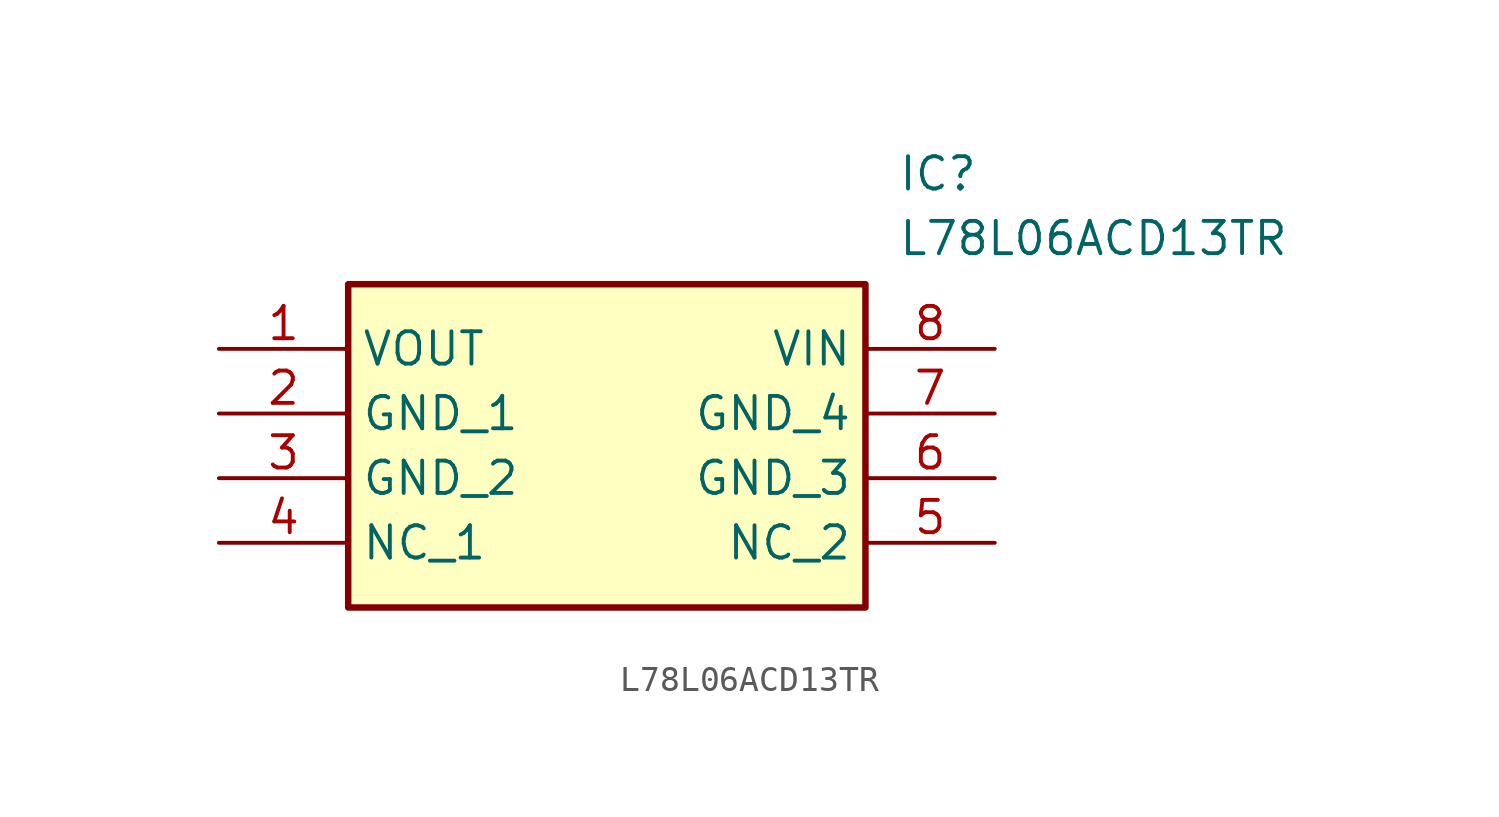
<source format=kicad_sym>
(kicad_symbol_lib
  (version 20211014)
  (generator SamacSys_ECAD_Model)
  (symbol "L78L06ACD13TR"
    (property "Reference" "IC"
      (at 26.67 7.62 0)
      (effects (font (size 1.27 1.27)) (justify left top)))
    (property "Value" "L78L06ACD13TR"
      (at 26.67 5.08 0)
      (effects (font (size 1.27 1.27)) (justify left top)))
    (rectangle
      (start 5.08 2.54)
      (end 25.4 -10.16)
      (stroke (width 0.254) (type default))
      (fill (type background)))
    (pin passive line
      (at 0 0 0)
      (length 5.08)
      (name "VOUT" (effects (font (size 1.27 1.27))))
      (number "1" (effects (font (size 1.27 1.27)))))
    (pin passive line
      (at 0 -2.54 0)
      (length 5.08)
      (name "GND_1" (effects (font (size 1.27 1.27))))
      (number "2" (effects (font (size 1.27 1.27)))))
    (pin passive line
      (at 0 -5.08 0)
      (length 5.08)
      (name "GND_2" (effects (font (size 1.27 1.27))))
      (number "3" (effects (font (size 1.27 1.27)))))
    (pin passive line
      (at 0 -7.62 0)
      (length 5.08)
      (name "NC_1" (effects (font (size 1.27 1.27))))
      (number "4" (effects (font (size 1.27 1.27)))))
    (pin passive line
      (at 30.48 0 180)
      (length 5.08)
      (name "VIN" (effects (font (size 1.27 1.27))))
      (number "8" (effects (font (size 1.27 1.27)))))
    (pin passive line
      (at 30.48 -2.54 180)
      (length 5.08)
      (name "GND_4" (effects (font (size 1.27 1.27))))
      (number "7" (effects (font (size 1.27 1.27)))))
    (pin passive line
      (at 30.48 -5.08 180)
      (length 5.08)
      (name "GND_3" (effects (font (size 1.27 1.27))))
      (number "6" (effects (font (size 1.27 1.27)))))
    (pin passive line
      (at 30.48 -7.62 180)
      (length 5.08)
      (name "NC_2" (effects (font (size 1.27 1.27))))
      (number "5" (effects (font (size 1.27 1.27)))))))
</source>
